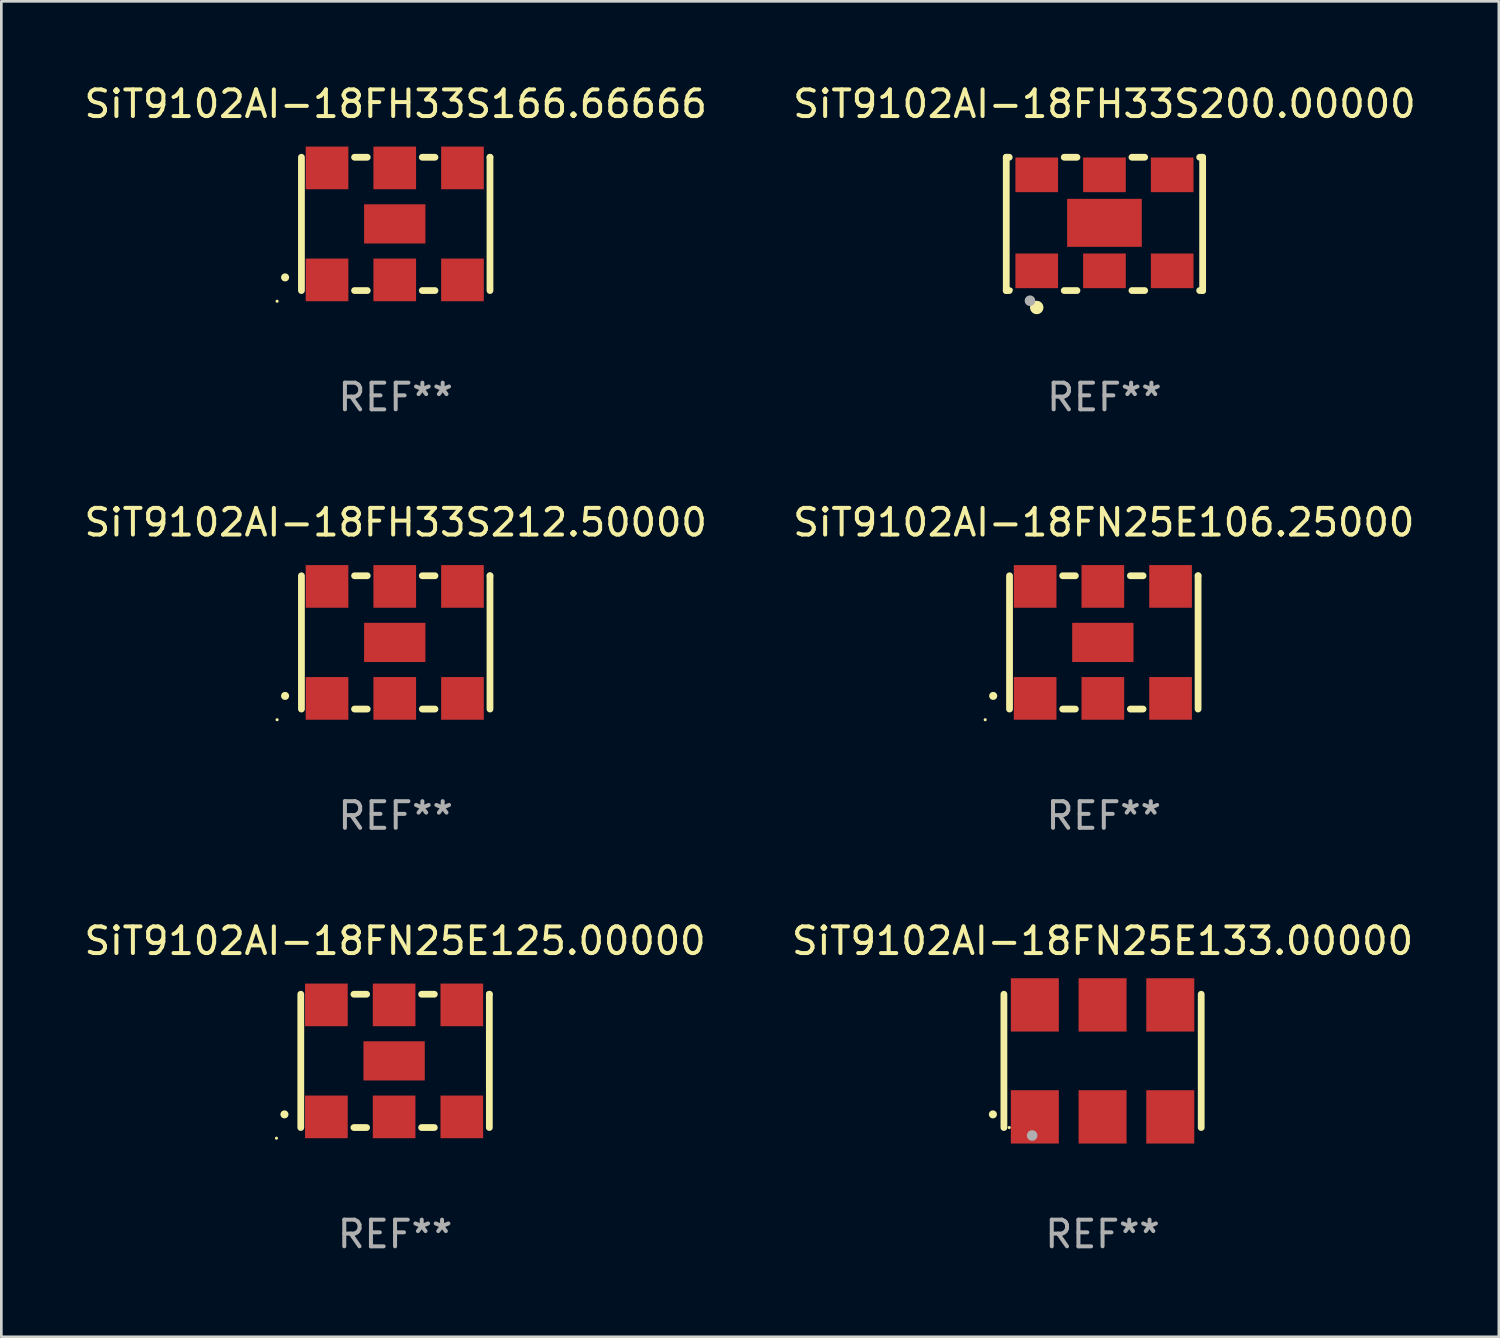
<source format=kicad_pcb>
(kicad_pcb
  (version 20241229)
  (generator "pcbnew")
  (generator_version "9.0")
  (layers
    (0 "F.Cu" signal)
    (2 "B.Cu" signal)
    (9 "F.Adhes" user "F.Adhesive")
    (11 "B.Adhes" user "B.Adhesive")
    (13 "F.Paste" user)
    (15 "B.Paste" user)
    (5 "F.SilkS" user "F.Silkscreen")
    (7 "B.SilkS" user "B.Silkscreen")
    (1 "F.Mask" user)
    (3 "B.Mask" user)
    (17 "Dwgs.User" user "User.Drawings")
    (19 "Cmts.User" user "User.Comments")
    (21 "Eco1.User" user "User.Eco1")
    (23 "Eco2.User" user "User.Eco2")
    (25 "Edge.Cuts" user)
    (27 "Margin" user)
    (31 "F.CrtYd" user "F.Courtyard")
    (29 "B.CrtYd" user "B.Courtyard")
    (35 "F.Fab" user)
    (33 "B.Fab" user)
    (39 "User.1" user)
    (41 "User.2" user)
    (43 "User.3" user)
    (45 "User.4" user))
  (footprint "SiT9102AI-18FH33S200.00000"
    (layer "F.Cu")
    (at 38.375 5.348)
    (property "Reference" "SiT9102AI-18FH33S200.00000" (at 0 -4.5 0) (layer "F.SilkS") (effects (font (size 1 1) (thickness 0.15))))
    (attr through_hole)
    (fp_line (start -3.683 -2.5) (end -3.571 -2.5) (stroke (width 0.254) (type solid)) (layer "F.SilkS"))
    (fp_line (start -3.683 2.5) (end -3.683 -2.5) (stroke (width 0.254) (type solid)) (layer "F.SilkS"))
    (fp_line (start -3.683 2.5) (end -3.571 2.5) (stroke (width 0.254) (type solid)) (layer "F.SilkS"))
    (fp_line (start -1.509 -2.5) (end -1.031 -2.5) (stroke (width 0.254) (type solid)) (layer "F.SilkS"))
    (fp_line (start -1.509 2.5) (end -1.031 2.5) (stroke (width 0.254) (type solid)) (layer "F.SilkS"))
    (fp_line (start 1.031 -2.5) (end 1.509 -2.5) (stroke (width 0.254) (type solid)) (layer "F.SilkS"))
    (fp_line (start 1.031 2.5) (end 1.509 2.5) (stroke (width 0.254) (type solid)) (layer "F.SilkS"))
    (fp_line (start 3.571 -2.5) (end 3.683 -2.5) (stroke (width 0.254) (type solid)) (layer "F.SilkS"))
    (fp_line (start 3.571 2.5) (end 3.683 2.5) (stroke (width 0.254) (type solid)) (layer "F.SilkS"))
    (fp_line (start 3.683 2.5) (end 3.683 -2.5) (stroke (width 0.254) (type solid)) (layer "F.SilkS"))
    (fp_circle (center -3.5 2.46) (end -3.47 2.46) (stroke (width 0.06) (type solid)) (fill no) (layer "F.SilkS"))
    (fp_circle (center -2.54 3.135) (end -2.413 3.135) (stroke (width 0.254) (type solid)) (fill no) (layer "F.SilkS"))
    (fp_circle (center -2.794 2.881) (end -2.694 2.881) (stroke (width 0.2) (type solid)) (fill no) (layer "F.Fab"))
    (fp_text user "REF**" (at 0 6.5 0) (layer "F.Fab") (effects (font (size 1 1) (thickness 0.15))))
    (pad "1" smd rect (at -2.54 1.76) (size 1.6 1.3) (layers "F.Cu" "F.Mask" "F.Paste"))
    (pad "2" smd rect (at 0 1.76) (size 1.6 1.3) (layers "F.Cu" "F.Mask" "F.Paste"))
    (pad "3" smd rect (at 2.54 1.76) (size 1.6 1.3) (layers "F.Cu" "F.Mask" "F.Paste"))
    (pad "4" smd rect (at 2.54 -1.84) (size 1.6 1.3) (layers "F.Cu" "F.Mask" "F.Paste"))
    (pad "5" smd rect (at 0 -1.84) (size 1.6 1.3) (layers "F.Cu" "F.Mask" "F.Paste"))
    (pad "6" smd rect (at -2.54 -1.84) (size 1.6 1.3) (layers "F.Cu" "F.Mask" "F.Paste"))
    (pad "7" smd rect (at 0 -0.04) (size 2.8 1.8) (layers "F.Cu" "F.Mask" "F.Paste")))
  (footprint "SiT9102AI-18FN25E106.25000"
    (layer "F.Cu")
    (at 38.351 21.045)
    (property "Reference" "SiT9102AI-18FN25E106.25000" (at 0 -4.5 0) (layer "F.SilkS") (effects (font (size 1 1) (thickness 0.15))))
    (attr through_hole)
    (fp_line (start -3.536 -2.5) (end -3.536 2.5) (stroke (width 0.254) (type solid)) (layer "F.SilkS"))
    (fp_line (start -1.544 2.5) (end -1.067 2.5) (stroke (width 0.254) (type solid)) (layer "F.SilkS"))
    (fp_line (start -1.067 -2.5) (end -1.544 -2.5) (stroke (width 0.254) (type solid)) (layer "F.SilkS"))
    (fp_line (start 0.996 2.5) (end 1.473 2.5) (stroke (width 0.254) (type solid)) (layer "F.SilkS"))
    (fp_line (start 1.473 -2.5) (end 0.996 -2.5) (stroke (width 0.254) (type solid)) (layer "F.SilkS"))
    (fp_line (start 3.536 -2.5) (end 3.536 -2.5) (stroke (width 0.254) (type solid)) (layer "F.SilkS"))
    (fp_line (start 3.536 2.5) (end 3.536 -2.5) (stroke (width 0.254) (type solid)) (layer "F.SilkS"))
    (fp_arc (start -4.150432 2.006604) (mid -4.149162 2.006599) (end -4.147892 2.006604) (stroke (width 0.3) (type solid)) (layer "F.SilkS"))
    (fp_circle (center -4.449 2.9) (end -4.419 2.9) (stroke (width 0.06) (type solid)) (fill no) (layer "F.SilkS"))
    (fp_text user "REF**" (at 0 6.5 0) (layer "F.Fab") (effects (font (size 1 1) (thickness 0.15))))
    (pad "1" smd rect (at -2.576 2.1) (size 1.6 1.6) (layers "F.Cu" "F.Mask" "F.Paste"))
    (pad "2" smd rect (at -0.036 2.1) (size 1.6 1.6) (layers "F.Cu" "F.Mask" "F.Paste"))
    (pad "3" smd rect (at 2.504 2.1) (size 1.6 1.6) (layers "F.Cu" "F.Mask" "F.Paste"))
    (pad "4" smd rect (at 2.504 -2.1) (size 1.6 1.6) (layers "F.Cu" "F.Mask" "F.Paste"))
    (pad "5" smd rect (at -0.036 -2.1) (size 1.6 1.6) (layers "F.Cu" "F.Mask" "F.Paste"))
    (pad "6" smd rect (at -2.576 -2.1) (size 1.6 1.6) (layers "F.Cu" "F.Mask" "F.Paste"))
    (pad "7" smd rect (at -0.036 0) (size 2.3 1.47) (layers "F.Cu" "F.Mask" "F.Paste")))
  (footprint "SiT9102AI-18FH33S212.50000"
    (layer "F.Cu")
    (at 11.792 21.045)
    (property "Reference" "SiT9102AI-18FH33S212.50000" (at 0 -4.5 0) (layer "F.SilkS") (effects (font (size 1 1) (thickness 0.15))))
    (attr through_hole)
    (fp_line (start -3.536 -2.5) (end -3.536 2.5) (stroke (width 0.254) (type solid)) (layer "F.SilkS"))
    (fp_line (start -1.544 2.5) (end -1.067 2.5) (stroke (width 0.254) (type solid)) (layer "F.SilkS"))
    (fp_line (start -1.067 -2.5) (end -1.544 -2.5) (stroke (width 0.254) (type solid)) (layer "F.SilkS"))
    (fp_line (start 0.996 2.5) (end 1.473 2.5) (stroke (width 0.254) (type solid)) (layer "F.SilkS"))
    (fp_line (start 1.473 -2.5) (end 0.996 -2.5) (stroke (width 0.254) (type solid)) (layer "F.SilkS"))
    (fp_line (start 3.536 -2.5) (end 3.536 -2.5) (stroke (width 0.254) (type solid)) (layer "F.SilkS"))
    (fp_line (start 3.536 2.5) (end 3.536 -2.5) (stroke (width 0.254) (type solid)) (layer "F.SilkS"))
    (fp_arc (start -4.150432 2.006604) (mid -4.149162 2.006599) (end -4.147892 2.006604) (stroke (width 0.3) (type solid)) (layer "F.SilkS"))
    (fp_circle (center -4.449 2.9) (end -4.419 2.9) (stroke (width 0.06) (type solid)) (fill no) (layer "F.SilkS"))
    (fp_text user "REF**" (at 0 6.5 0) (layer "F.Fab") (effects (font (size 1 1) (thickness 0.15))))
    (pad "1" smd rect (at -2.576 2.1) (size 1.6 1.6) (layers "F.Cu" "F.Mask" "F.Paste"))
    (pad "2" smd rect (at -0.036 2.1) (size 1.6 1.6) (layers "F.Cu" "F.Mask" "F.Paste"))
    (pad "3" smd rect (at 2.504 2.1) (size 1.6 1.6) (layers "F.Cu" "F.Mask" "F.Paste"))
    (pad "4" smd rect (at 2.504 -2.1) (size 1.6 1.6) (layers "F.Cu" "F.Mask" "F.Paste"))
    (pad "5" smd rect (at -0.036 -2.1) (size 1.6 1.6) (layers "F.Cu" "F.Mask" "F.Paste"))
    (pad "6" smd rect (at -2.576 -2.1) (size 1.6 1.6) (layers "F.Cu" "F.Mask" "F.Paste"))
    (pad "7" smd rect (at -0.036 0) (size 2.3 1.47) (layers "F.Cu" "F.Mask" "F.Paste")))
  (footprint "SiT9102AI-18FH33S166.66666"
    (layer "F.Cu")
    (at 11.792 5.348)
    (property "Reference" "SiT9102AI-18FH33S166.66666" (at 0 -4.5 0) (layer "F.SilkS") (effects (font (size 1 1) (thickness 0.15))))
    (attr through_hole)
    (fp_line (start -3.536 -2.5) (end -3.536 2.5) (stroke (width 0.254) (type solid)) (layer "F.SilkS"))
    (fp_line (start -1.544 2.5) (end -1.067 2.5) (stroke (width 0.254) (type solid)) (layer "F.SilkS"))
    (fp_line (start -1.067 -2.5) (end -1.544 -2.5) (stroke (width 0.254) (type solid)) (layer "F.SilkS"))
    (fp_line (start 0.996 2.5) (end 1.473 2.5) (stroke (width 0.254) (type solid)) (layer "F.SilkS"))
    (fp_line (start 1.473 -2.5) (end 0.996 -2.5) (stroke (width 0.254) (type solid)) (layer "F.SilkS"))
    (fp_line (start 3.536 -2.5) (end 3.536 -2.5) (stroke (width 0.254) (type solid)) (layer "F.SilkS"))
    (fp_line (start 3.536 2.5) (end 3.536 -2.5) (stroke (width 0.254) (type solid)) (layer "F.SilkS"))
    (fp_arc (start -4.150432 2.006604) (mid -4.149162 2.006599) (end -4.147892 2.006604) (stroke (width 0.3) (type solid)) (layer "F.SilkS"))
    (fp_circle (center -4.449 2.9) (end -4.419 2.9) (stroke (width 0.06) (type solid)) (fill no) (layer "F.SilkS"))
    (fp_text user "REF**" (at 0 6.5 0) (layer "F.Fab") (effects (font (size 1 1) (thickness 0.15))))
    (pad "1" smd rect (at -2.576 2.1) (size 1.6 1.6) (layers "F.Cu" "F.Mask" "F.Paste"))
    (pad "2" smd rect (at -0.036 2.1) (size 1.6 1.6) (layers "F.Cu" "F.Mask" "F.Paste"))
    (pad "3" smd rect (at 2.504 2.1) (size 1.6 1.6) (layers "F.Cu" "F.Mask" "F.Paste"))
    (pad "4" smd rect (at 2.504 -2.1) (size 1.6 1.6) (layers "F.Cu" "F.Mask" "F.Paste"))
    (pad "5" smd rect (at -0.036 -2.1) (size 1.6 1.6) (layers "F.Cu" "F.Mask" "F.Paste"))
    (pad "6" smd rect (at -2.576 -2.1) (size 1.6 1.6) (layers "F.Cu" "F.Mask" "F.Paste"))
    (pad "7" smd rect (at -0.036 0) (size 2.3 1.47) (layers "F.Cu" "F.Mask" "F.Paste")))
  (footprint "SiT9102AI-18FN25E125.00000"
    (layer "F.Cu")
    (at 11.768 36.741)
    (property "Reference" "SiT9102AI-18FN25E125.00000" (at 0 -4.5 0) (layer "F.SilkS") (effects (font (size 1 1) (thickness 0.15))))
    (attr through_hole)
    (fp_line (start -3.536 -2.5) (end -3.536 2.5) (stroke (width 0.254) (type solid)) (layer "F.SilkS"))
    (fp_line (start -1.544 2.5) (end -1.067 2.5) (stroke (width 0.254) (type solid)) (layer "F.SilkS"))
    (fp_line (start -1.067 -2.5) (end -1.544 -2.5) (stroke (width 0.254) (type solid)) (layer "F.SilkS"))
    (fp_line (start 0.996 2.5) (end 1.473 2.5) (stroke (width 0.254) (type solid)) (layer "F.SilkS"))
    (fp_line (start 1.473 -2.5) (end 0.996 -2.5) (stroke (width 0.254) (type solid)) (layer "F.SilkS"))
    (fp_line (start 3.536 -2.5) (end 3.536 -2.5) (stroke (width 0.254) (type solid)) (layer "F.SilkS"))
    (fp_line (start 3.536 2.5) (end 3.536 -2.5) (stroke (width 0.254) (type solid)) (layer "F.SilkS"))
    (fp_arc (start -4.150432 2.006604) (mid -4.149162 2.006599) (end -4.147892 2.006604) (stroke (width 0.3) (type solid)) (layer "F.SilkS"))
    (fp_circle (center -4.449 2.9) (end -4.419 2.9) (stroke (width 0.06) (type solid)) (fill no) (layer "F.SilkS"))
    (fp_text user "REF**" (at 0 6.5 0) (layer "F.Fab") (effects (font (size 1 1) (thickness 0.15))))
    (pad "1" smd rect (at -2.576 2.1) (size 1.6 1.6) (layers "F.Cu" "F.Mask" "F.Paste"))
    (pad "2" smd rect (at -0.036 2.1) (size 1.6 1.6) (layers "F.Cu" "F.Mask" "F.Paste"))
    (pad "3" smd rect (at 2.504 2.1) (size 1.6 1.6) (layers "F.Cu" "F.Mask" "F.Paste"))
    (pad "4" smd rect (at 2.504 -2.1) (size 1.6 1.6) (layers "F.Cu" "F.Mask" "F.Paste"))
    (pad "5" smd rect (at -0.036 -2.1) (size 1.6 1.6) (layers "F.Cu" "F.Mask" "F.Paste"))
    (pad "6" smd rect (at -2.576 -2.1) (size 1.6 1.6) (layers "F.Cu" "F.Mask" "F.Paste"))
    (pad "7" smd rect (at -0.036 0) (size 2.3 1.47) (layers "F.Cu" "F.Mask" "F.Paste")))
  (footprint "SiT9102AI-18FN25E133.00000"
    (layer "F.Cu")
    (at 38.304 36.741)
    (property "Reference" "SiT9102AI-18FN25E133.00000" (at 0 -4.5 0) (layer "F.SilkS") (effects (font (size 1 1) (thickness 0.15))))
    (attr through_hole)
    (fp_line (start -3.7 -2.5) (end -3.7 2.5) (stroke (width 0.254) (type solid)) (layer "F.SilkS"))
    (fp_line (start 3.7 -2.5) (end 3.7 2.5) (stroke (width 0.254) (type solid)) (layer "F.SilkS"))
    (fp_arc (start -4.114415 2.006604) (mid -4.113145 2.006599) (end -4.111875 2.006604) (stroke (width 0.3) (type solid)) (layer "F.SilkS"))
    (fp_circle (center -3.5 2.501) (end -3.47 2.501) (stroke (width 0.06) (type solid)) (fill no) (layer "F.SilkS"))
    (fp_circle (center -2.641 2.799) (end -2.541 2.799) (stroke (width 0.2) (type solid)) (fill no) (layer "F.Fab"))
    (fp_text user "REF**" (at 0 6.5 0) (layer "F.Fab") (effects (font (size 1 1) (thickness 0.15))))
    (pad "1" smd rect (at -2.54 2.1) (size 1.8 2) (layers "F.Cu" "F.Mask" "F.Paste"))
    (pad "2" smd rect (at 0.000394 2.1) (size 1.8 2) (layers "F.Cu" "F.Mask" "F.Paste"))
    (pad "3" smd rect (at 2.54 2.1) (size 1.8 2) (layers "F.Cu" "F.Mask" "F.Paste"))
    (pad "4" smd rect (at 2.54 -2.1) (size 1.8 2) (layers "F.Cu" "F.Mask" "F.Paste"))
    (pad "5" smd rect (at 0.000394 -2.1) (size 1.8 2) (layers "F.Cu" "F.Mask" "F.Paste"))
    (pad "6" smd rect (at -2.54 -2.1) (size 1.8 2) (layers "F.Cu" "F.Mask" "F.Paste")))
  (gr_rect
    (start -3 -3)
    (end 53.167 47.09)
    (stroke (width 0.1) (type default))
    (fill no)
    (layer "Edge.Cuts")))
</source>
